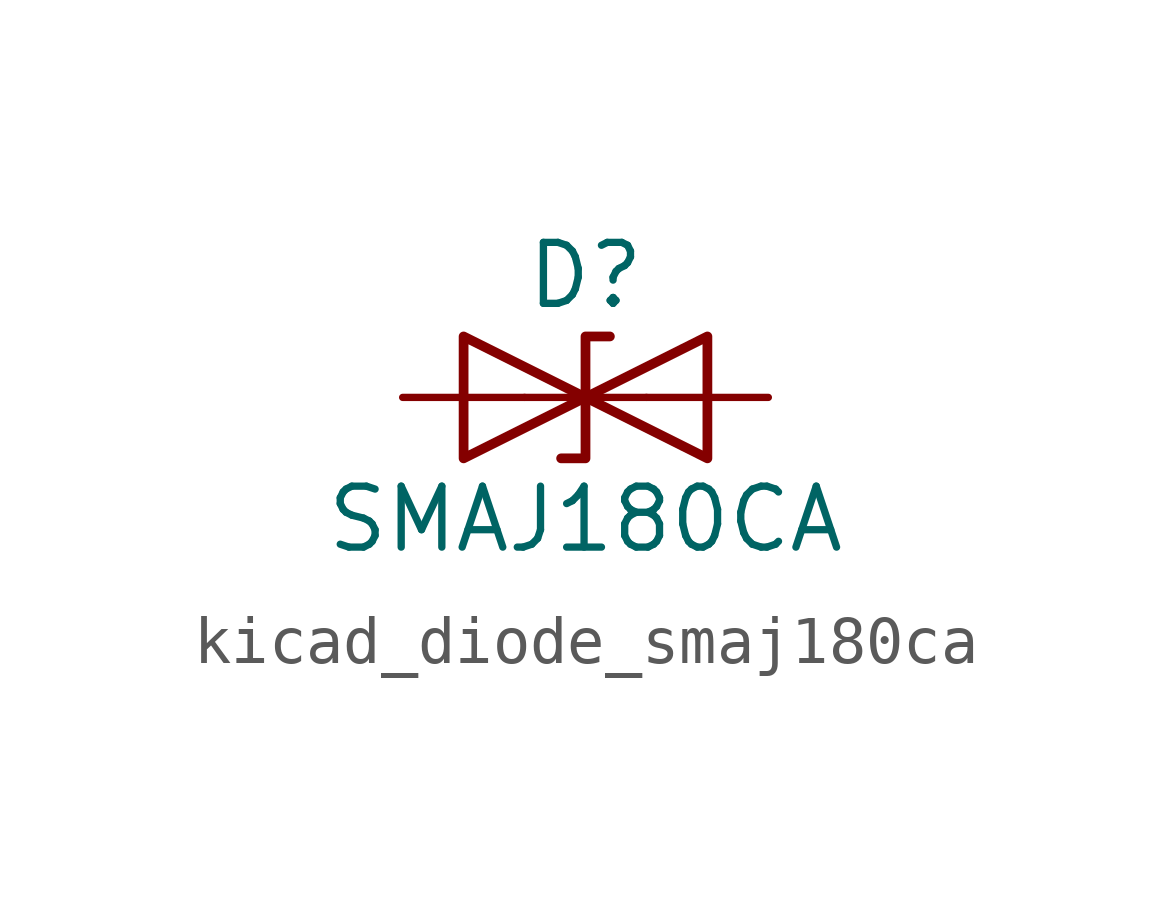
<source format=kicad_sym>
(kicad_symbol_lib
  (version 20220914)
  (generator kicad_symbol_editor)
  (symbol "kicad_diode_smaj180ca"
    (pin_numbers hide)
    (pin_names
      (offset 1.016) hide)
    (property "Reference" "D"
      (at 0 2.54 0)
      (effects (font (size 1.27 1.27))))
    (property "Value" "SMAJ180CA"
      (at 0 -2.54 0)
      (effects (font (size 1.27 1.27))))
    (symbol "kicad_diode_smaj180ca_0_1"
      (polyline (pts (xy 1.27 0) (xy -1.27 0)) (stroke (width 0) (type default)) (fill (type none)))
      (polyline (pts (xy -2.54 -1.27) (xy 0 0) (xy -2.54 1.27) (xy -2.54 -1.27)) (stroke (width 0.203) (type default)) (fill (type none)))
      (polyline (pts (xy 0.508 1.27) (xy 0 1.27) (xy 0 -1.27) (xy -0.508 -1.27)) (stroke (width 0.203) (type default)) (fill (type none)))
      (polyline (pts (xy 2.54 1.27) (xy 2.54 -1.27) (xy 0 0) (xy 2.54 1.27)) (stroke (width 0.203) (type default)) (fill (type none))))
    (symbol "kicad_diode_smaj180ca_1_1"
      (pin passive line (at -3.81 0 0) (length 2.54) (name "A1" (effects (font (size 1.27 1.27)))) (number "1" (effects (font (size 1.27 1.27)))))
      (pin passive line (at 3.81 0 180) (length 2.54) (name "A2" (effects (font (size 1.27 1.27)))) (number "2" (effects (font (size 1.27 1.27))))))))
</source>
